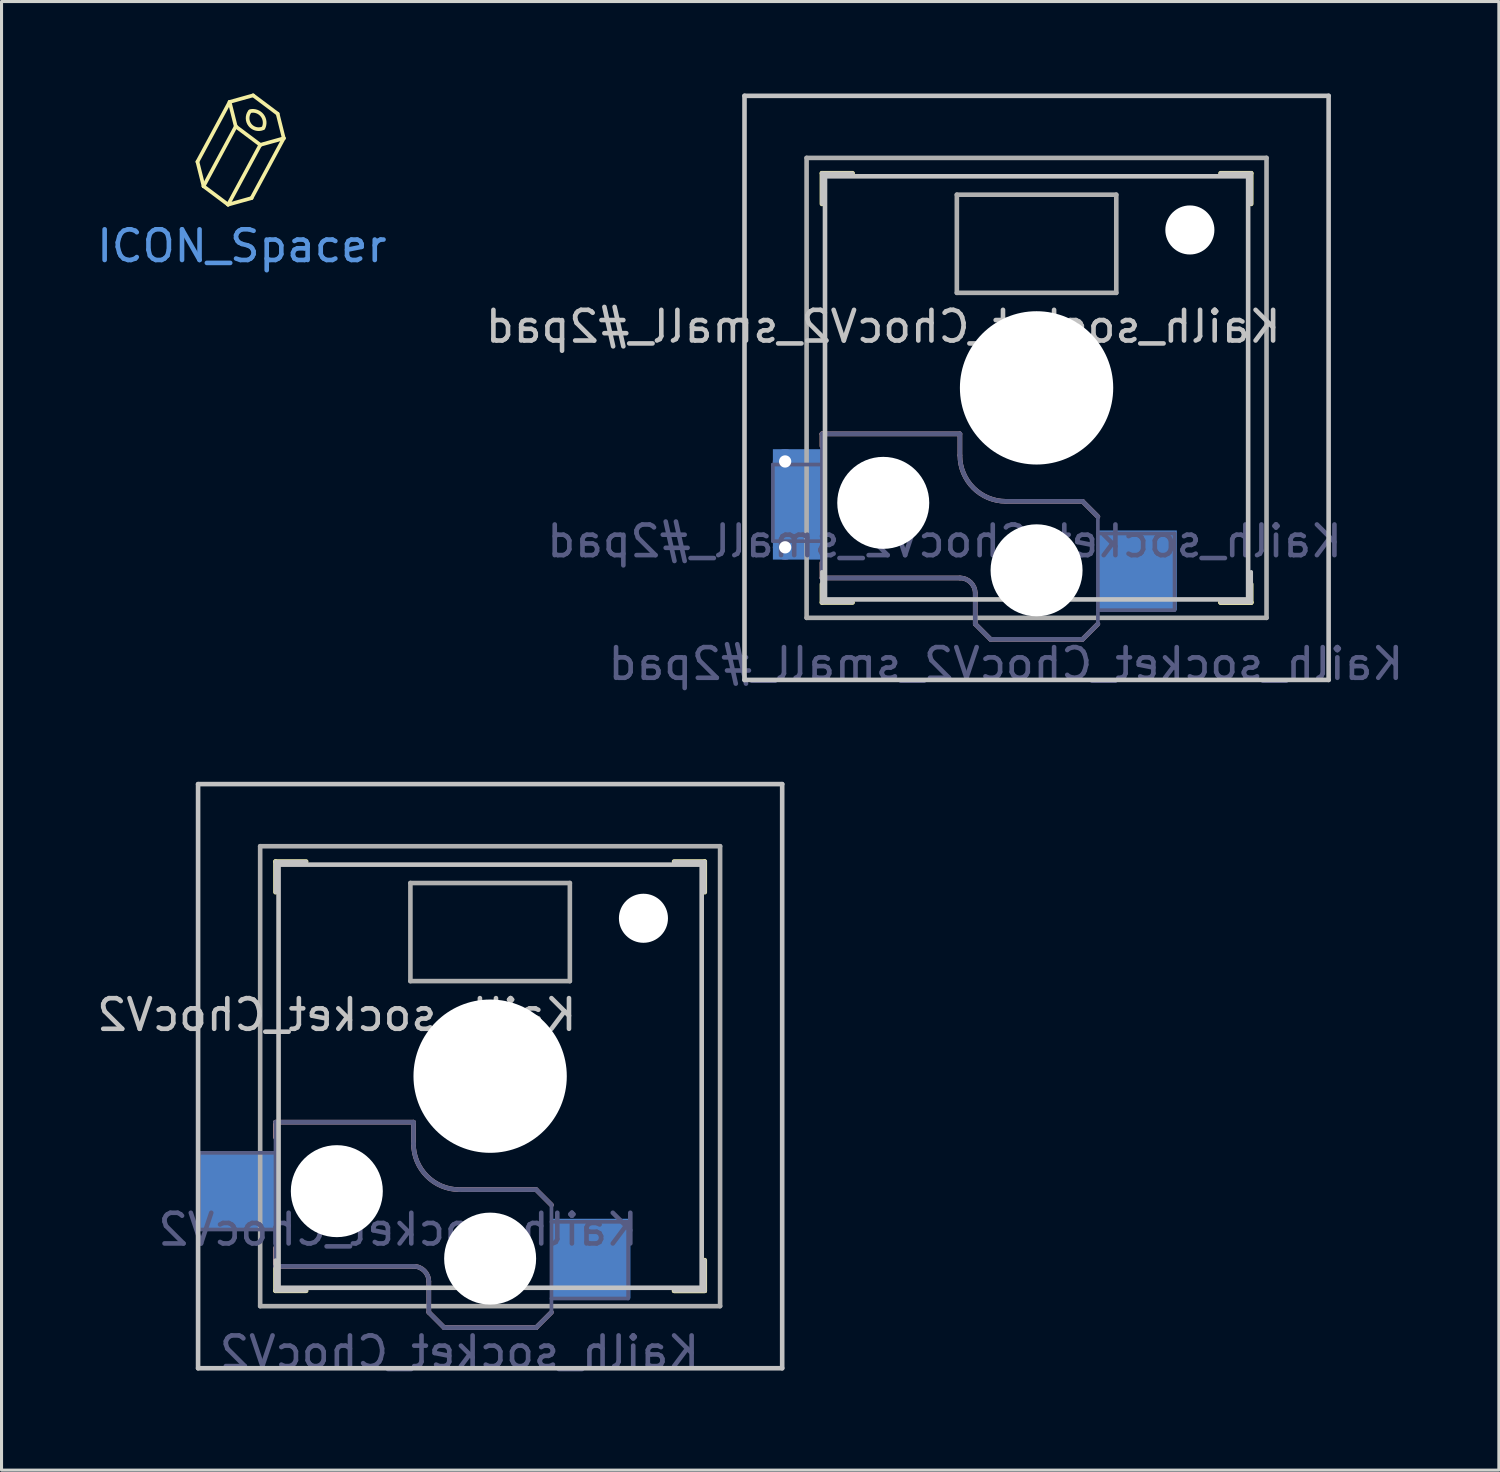
<source format=kicad_pcb>
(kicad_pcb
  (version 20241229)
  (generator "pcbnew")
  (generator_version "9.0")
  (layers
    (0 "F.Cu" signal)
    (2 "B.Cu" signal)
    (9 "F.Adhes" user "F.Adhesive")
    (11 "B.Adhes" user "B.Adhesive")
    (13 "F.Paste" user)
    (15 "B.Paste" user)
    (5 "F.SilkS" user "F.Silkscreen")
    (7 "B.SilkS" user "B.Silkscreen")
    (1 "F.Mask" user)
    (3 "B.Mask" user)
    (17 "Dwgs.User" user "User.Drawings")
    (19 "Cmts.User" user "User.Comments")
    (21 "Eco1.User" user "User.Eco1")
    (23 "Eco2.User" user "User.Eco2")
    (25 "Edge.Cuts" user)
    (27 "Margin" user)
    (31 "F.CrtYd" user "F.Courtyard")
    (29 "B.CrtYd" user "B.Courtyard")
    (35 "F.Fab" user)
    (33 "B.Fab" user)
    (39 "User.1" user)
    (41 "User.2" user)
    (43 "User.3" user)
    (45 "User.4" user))
  (footprint "Kailh_socket_ChocV2_small_#2pad"
    (layer "F.Cu")
    (at 30.756 9.6)
    (property "Reference" "Kailh_socket_ChocV2_small_#2pad" (at -5 -2 0) (layer "Dwgs.User") (effects (font (size 1 1) (thickness 0.15)) (justify mirror)))
    (property "Value" "Kailh_socket_ChocV2_small_#2pad" (at 0 8.255 0) (layer "F.Fab") (hide yes) (effects (font (size 1 1) (thickness 0.15))))
    (attr through_hole)
    (fp_line (start -7 -6) (end -7 -7) (stroke (width 0.15) (type solid)) (layer "F.SilkS"))
    (fp_line (start -7 7) (end -7 6.4) (stroke (width 0.15) (type solid)) (layer "F.SilkS"))
    (fp_line (start -7 7) (end -6 7) (stroke (width 0.15) (type solid)) (layer "F.SilkS"))
    (fp_line (start -6 -7) (end -7 -7) (stroke (width 0.15) (type solid)) (layer "F.SilkS"))
    (fp_line (start 6 7) (end 7 7) (stroke (width 0.15) (type solid)) (layer "F.SilkS"))
    (fp_line (start 7 -7) (end 6 -7) (stroke (width 0.15) (type solid)) (layer "F.SilkS"))
    (fp_line (start 7 -7) (end 7 -6) (stroke (width 0.15) (type solid)) (layer "F.SilkS"))
    (fp_line (start 7 6.4) (end 7 7) (stroke (width 0.15) (type solid)) (layer "F.SilkS"))
    (fp_line (start 7 7) (end 6 7) (stroke (width 0.15) (type solid)) (layer "F.SilkS"))
    (fp_line (start -7 1.5) (end -7 1.9) (stroke (width 0.15) (type solid)) (layer "B.SilkS"))
    (fp_line (start -7 5.7) (end -7 6.2) (stroke (width 0.15) (type solid)) (layer "B.SilkS"))
    (fp_line (start -7 6.2) (end -2.5 6.2) (stroke (width 0.15) (type solid)) (layer "B.SilkS"))
    (fp_line (start -2.5 1.5) (end -7 1.5) (stroke (width 0.15) (type solid)) (layer "B.SilkS"))
    (fp_line (start -2.5 2.2) (end -2.5 1.5) (stroke (width 0.15) (type solid)) (layer "B.SilkS"))
    (fp_line (start -2 6.7) (end -2 7.7) (stroke (width 0.15) (type solid)) (layer "B.SilkS"))
    (fp_line (start -1.5 8.2) (end -2 7.7) (stroke (width 0.15) (type solid)) (layer "B.SilkS"))
    (fp_line (start 1.5 3.7) (end -1 3.7) (stroke (width 0.15) (type solid)) (layer "B.SilkS"))
    (fp_line (start 1.5 8.2) (end -1.5 8.2) (stroke (width 0.15) (type solid)) (layer "B.SilkS"))
    (fp_line (start 2 4.2) (end 1.5 3.7) (stroke (width 0.15) (type solid)) (layer "B.SilkS"))
    (fp_line (start 2 7.7) (end 1.5 8.2) (stroke (width 0.15) (type solid)) (layer "B.SilkS"))
    (fp_arc (start -2.5 6.2) (mid -2.146447 6.346447) (end -2 6.7) (stroke (width 0.15) (type solid)) (layer "B.SilkS"))
    (fp_arc (start -1 3.7) (mid -2.06066 3.26066) (end -2.5 2.2) (stroke (width 0.15) (type solid)) (layer "B.SilkS"))
    (fp_line (start -9.525 -9.525) (end 9.525 -9.525) (stroke (width 0.15) (type solid)) (layer "Dwgs.User"))
    (fp_line (start -9.525 9.525) (end -9.525 -9.525) (stroke (width 0.15) (type solid)) (layer "Dwgs.User"))
    (fp_line (start -7 -7) (end -7 -6) (stroke (width 0.12) (type solid)) (layer "Dwgs.User"))
    (fp_line (start -7 -7) (end -6 -7) (stroke (width 0.12) (type solid)) (layer "Dwgs.User"))
    (fp_line (start -7 7) (end -7 6) (stroke (width 0.12) (type solid)) (layer "Dwgs.User"))
    (fp_line (start -7 7) (end -6 7) (stroke (width 0.12) (type solid)) (layer "Dwgs.User"))
    (fp_line (start -6.9 6.9) (end -6.9 -6.9) (stroke (width 0.15) (type solid)) (layer "Dwgs.User"))
    (fp_line (start -6.9 6.9) (end 6.9 6.9) (stroke (width 0.15) (type solid)) (layer "Dwgs.User"))
    (fp_line (start 6.9 -6.9) (end -6.9 -6.9) (stroke (width 0.15) (type solid)) (layer "Dwgs.User"))
    (fp_line (start 6.9 -6.9) (end 6.9 6.9) (stroke (width 0.15) (type solid)) (layer "Dwgs.User"))
    (fp_line (start 7 -7) (end 6 -7) (stroke (width 0.12) (type solid)) (layer "Dwgs.User"))
    (fp_line (start 7 -7) (end 7 -6) (stroke (width 0.12) (type solid)) (layer "Dwgs.User"))
    (fp_line (start 7 7) (end 6 7) (stroke (width 0.12) (type solid)) (layer "Dwgs.User"))
    (fp_line (start 7 7) (end 7 6) (stroke (width 0.12) (type solid)) (layer "Dwgs.User"))
    (fp_line (start 9.525 -9.525) (end 9.525 9.525) (stroke (width 0.15) (type solid)) (layer "Dwgs.User"))
    (fp_line (start 9.525 9.525) (end -9.525 9.525) (stroke (width 0.15) (type solid)) (layer "Dwgs.User"))
    (fp_line (start -8.6 2.5) (end -7 2.5) (stroke (width 0.12) (type solid)) (layer "B.Fab"))
    (fp_line (start -8.6 5) (end -8.6 2.5) (stroke (width 0.12) (type solid)) (layer "B.Fab"))
    (fp_line (start -7 1.5) (end -7 6.2) (stroke (width 0.12) (type solid)) (layer "B.Fab"))
    (fp_line (start -7 5) (end -8.6 5) (stroke (width 0.12) (type solid)) (layer "B.Fab"))
    (fp_line (start -7 6.2) (end -2.5 6.2) (stroke (width 0.15) (type solid)) (layer "B.Fab"))
    (fp_line (start -2.5 1.5) (end -7 1.5) (stroke (width 0.15) (type solid)) (layer "B.Fab"))
    (fp_line (start -2.5 2.2) (end -2.5 1.5) (stroke (width 0.15) (type solid)) (layer "B.Fab"))
    (fp_line (start -2 6.7) (end -2 7.7) (stroke (width 0.15) (type solid)) (layer "B.Fab"))
    (fp_line (start -1.5 8.2) (end -2 7.7) (stroke (width 0.15) (type solid)) (layer "B.Fab"))
    (fp_line (start 1.5 3.7) (end -1 3.7) (stroke (width 0.15) (type solid)) (layer "B.Fab"))
    (fp_line (start 1.5 8.2) (end -1.5 8.2) (stroke (width 0.15) (type solid)) (layer "B.Fab"))
    (fp_line (start 2 4.2) (end 1.5 3.7) (stroke (width 0.15) (type solid)) (layer "B.Fab"))
    (fp_line (start 2 4.25) (end 2 7.7) (stroke (width 0.12) (type solid)) (layer "B.Fab"))
    (fp_line (start 2 4.75) (end 4.5 4.75) (stroke (width 0.12) (type solid)) (layer "B.Fab"))
    (fp_line (start 2 7.7) (end 1.5 8.2) (stroke (width 0.15) (type solid)) (layer "B.Fab"))
    (fp_line (start 4.5 4.75) (end 4.5 7.25) (stroke (width 0.12) (type solid)) (layer "B.Fab"))
    (fp_line (start 4.5 7.25) (end 2 7.25) (stroke (width 0.12) (type solid)) (layer "B.Fab"))
    (fp_arc (start -2.5 6.2) (mid -2.146447 6.346447) (end -2 6.7) (stroke (width 0.15) (type solid)) (layer "B.Fab"))
    (fp_arc (start -1 3.7) (mid -2.06066 3.26066) (end -2.5 2.2) (stroke (width 0.15) (type solid)) (layer "B.Fab"))
    (fp_line (start -7.5 -7.5) (end 7.5 -7.5) (stroke (width 0.15) (type solid)) (layer "F.Fab"))
    (fp_line (start -7.5 7.5) (end -7.5 -7.5) (stroke (width 0.15) (type solid)) (layer "F.Fab"))
    (fp_line (start -2.6 -3.1) (end -2.6 -6.3) (stroke (width 0.15) (type solid)) (layer "F.Fab"))
    (fp_line (start -2.6 -3.1) (end 2.6 -3.1) (stroke (width 0.15) (type solid)) (layer "F.Fab"))
    (fp_line (start 2.6 -6.3) (end -2.6 -6.3) (stroke (width 0.15) (type solid)) (layer "F.Fab"))
    (fp_line (start 2.6 -3.1) (end 2.6 -6.3) (stroke (width 0.15) (type solid)) (layer "F.Fab"))
    (fp_line (start 7.5 -7.5) (end 7.5 7.5) (stroke (width 0.15) (type solid)) (layer "F.Fab"))
    (fp_line (start 7.5 7.5) (end -7.5 7.5) (stroke (width 0.15) (type solid)) (layer "F.Fab"))
    (fp_text user "${REFERENCE}" (at -3 5 0) (layer "B.Fab") (effects (font (size 1 1) (thickness 0.15)) (justify mirror)))
    (fp_text user "${VALUE}" (at -1 9 0) (layer "B.Fab") (effects (font (size 1 1) (thickness 0.15)) (justify mirror)))
    (pad "" np_thru_hole circle (at -5 3.75) (size 3 3) (drill 3) (layers "*.Cu" "*.Mask"))
    (pad "" np_thru_hole circle (at 0 0) (size 5 5) (drill 5) (layers "*.Cu" "*.Mask"))
    (pad "" np_thru_hole circle (at 0 5.95) (size 3 3) (drill 3) (layers "*.Cu" "*.Mask"))
    (pad "" np_thru_hole circle (at 5 -5.15) (size 1.6 1.6) (drill 1.6) (layers "*.Cu" "*.Mask"))
    (pad "1" smd rect (at 3.275 5.95) (size 2.6 2.6) (layers "B.Cu" "B.Mask" "B.Paste"))
    (pad "2" thru_hole circle (at -8.2 2.4) (size 0.8 0.8) (drill 0.4) (layers "*.Cu" "*.Mask"))
    (pad "2" thru_hole circle (at -8.2 5.2) (size 0.8 0.8) (drill 0.4) (layers "*.Cu" "*.Mask"))
    (pad "2" smd rect (at -7.787 3.8) (size 1.625 3.6) (layers "B.Cu" "B.Mask" "B.Paste")))
  (footprint "ICON_Spacer"
    (layer "F.Cu")
    (at 4.839 4.474)
    (property "Reference" "ICON_Spacer" (at 0 0.5 0) (layer "Cmts.User") (effects (font (size 1 1) (thickness 0.15))))
    (attr through_hole)
    (fp_line (start -1.45 -2.25) (end -1.25 -1.45) (stroke (width 0.12) (type solid)) (layer "F.SilkS"))
    (fp_line (start -1.45 -2.25) (end -0.4 -4.2) (stroke (width 0.12) (type solid)) (layer "F.SilkS"))
    (fp_line (start -1.25 -1.45) (end -0.45 -0.85) (stroke (width 0.12) (type solid)) (layer "F.SilkS"))
    (fp_line (start -1.25 -1.45) (end -0.2 -3.4) (stroke (width 0.12) (type solid)) (layer "F.SilkS"))
    (fp_line (start -0.45 -0.85) (end 0.316 -1.064) (stroke (width 0.12) (type solid)) (layer "F.SilkS"))
    (fp_line (start -0.45 -0.85) (end 0.6 -2.8) (stroke (width 0.12) (type solid)) (layer "F.SilkS"))
    (fp_line (start -0.4 -4.2) (end -0.2 -3.4) (stroke (width 0.12) (type solid)) (layer "F.SilkS"))
    (fp_line (start -0.4 -4.2) (end 0.366 -4.414) (stroke (width 0.12) (type solid)) (layer "F.SilkS"))
    (fp_line (start -0.2 -3.4) (end 0.6 -2.8) (stroke (width 0.12) (type solid)) (layer "F.SilkS"))
    (fp_line (start 0.316 -1.064) (end 1.366 -3.014) (stroke (width 0.12) (type solid)) (layer "F.SilkS"))
    (fp_line (start 0.366 -4.414) (end 1.166 -3.814) (stroke (width 0.12) (type solid)) (layer "F.SilkS"))
    (fp_line (start 0.6 -2.8) (end 1.366 -3.014) (stroke (width 0.12) (type solid)) (layer "F.SilkS"))
    (fp_line (start 1.166 -3.814) (end 1.366 -3.014) (stroke (width 0.12) (type solid)) (layer "F.SilkS"))
    (fp_arc (start 0.272339 -3.9) (mid 0.662242 -3.758483) (end 0.7 -3.345415) (stroke (width 0.12) (type default)) (layer "F.SilkS"))
    (fp_arc (start 0.671822 -3.333526) (mid 0.262291 -3.449533) (end 0.25 -3.875) (stroke (width 0.12) (type default)) (layer "F.SilkS")))
  (footprint "Kailh_socket_ChocV2"
    (layer "F.Cu")
    (at 12.935 32.048)
    (property "Reference" "Kailh_socket_ChocV2" (at -5 -2 0) (layer "Dwgs.User") (effects (font (size 1 1) (thickness 0.15)) (justify mirror)))
    (property "Value" "Kailh_socket_ChocV2" (at 0 8.255 0) (layer "F.Fab") (hide yes) (effects (font (size 1 1) (thickness 0.15))))
    (attr smd)
    (fp_line (start -7 -6) (end -7 -7) (stroke (width 0.15) (type solid)) (layer "F.SilkS"))
    (fp_line (start -7 7) (end -7 6) (stroke (width 0.15) (type solid)) (layer "F.SilkS"))
    (fp_line (start -7 7) (end -6 7) (stroke (width 0.15) (type solid)) (layer "F.SilkS"))
    (fp_line (start -6 -7) (end -7 -7) (stroke (width 0.15) (type solid)) (layer "F.SilkS"))
    (fp_line (start 6 7) (end 7 7) (stroke (width 0.15) (type solid)) (layer "F.SilkS"))
    (fp_line (start 7 -7) (end 6 -7) (stroke (width 0.15) (type solid)) (layer "F.SilkS"))
    (fp_line (start 7 -7) (end 7 -6) (stroke (width 0.15) (type solid)) (layer "F.SilkS"))
    (fp_line (start 7 6) (end 7 7) (stroke (width 0.15) (type solid)) (layer "F.SilkS"))
    (fp_line (start 7 7) (end 6 7) (stroke (width 0.15) (type solid)) (layer "F.SilkS"))
    (fp_line (start -7 1.5) (end -7 2) (stroke (width 0.15) (type solid)) (layer "B.SilkS"))
    (fp_line (start -7 5.6) (end -7 6.2) (stroke (width 0.15) (type solid)) (layer "B.SilkS"))
    (fp_line (start -7 6.2) (end -2.5 6.2) (stroke (width 0.15) (type solid)) (layer "B.SilkS"))
    (fp_line (start -2.5 1.5) (end -7 1.5) (stroke (width 0.15) (type solid)) (layer "B.SilkS"))
    (fp_line (start -2.5 2.2) (end -2.5 1.5) (stroke (width 0.15) (type solid)) (layer "B.SilkS"))
    (fp_line (start -2 6.7) (end -2 7.7) (stroke (width 0.15) (type solid)) (layer "B.SilkS"))
    (fp_line (start -1.5 8.2) (end -2 7.7) (stroke (width 0.15) (type solid)) (layer "B.SilkS"))
    (fp_line (start 1.5 3.7) (end -1 3.7) (stroke (width 0.15) (type solid)) (layer "B.SilkS"))
    (fp_line (start 1.5 8.2) (end -1.5 8.2) (stroke (width 0.15) (type solid)) (layer "B.SilkS"))
    (fp_line (start 2 4.2) (end 1.5 3.7) (stroke (width 0.15) (type solid)) (layer "B.SilkS"))
    (fp_line (start 2 7.7) (end 1.5 8.2) (stroke (width 0.15) (type solid)) (layer "B.SilkS"))
    (fp_arc (start -2.5 6.2) (mid -2.146447 6.346447) (end -2 6.7) (stroke (width 0.15) (type solid)) (layer "B.SilkS"))
    (fp_arc (start -1 3.7) (mid -2.06066 3.26066) (end -2.5 2.2) (stroke (width 0.15) (type solid)) (layer "B.SilkS"))
    (fp_line (start -9.525 -9.525) (end 9.525 -9.525) (stroke (width 0.15) (type solid)) (layer "Dwgs.User"))
    (fp_line (start -9.525 9.525) (end -9.525 -9.525) (stroke (width 0.15) (type solid)) (layer "Dwgs.User"))
    (fp_line (start -7 -7) (end -7 -6) (stroke (width 0.12) (type solid)) (layer "Dwgs.User"))
    (fp_line (start -7 -7) (end -6 -7) (stroke (width 0.12) (type solid)) (layer "Dwgs.User"))
    (fp_line (start -7 7) (end -7 6) (stroke (width 0.12) (type solid)) (layer "Dwgs.User"))
    (fp_line (start -7 7) (end -6 7) (stroke (width 0.12) (type solid)) (layer "Dwgs.User"))
    (fp_line (start -6.9 6.9) (end -6.9 -6.9) (stroke (width 0.15) (type solid)) (layer "Dwgs.User"))
    (fp_line (start -6.9 6.9) (end 6.9 6.9) (stroke (width 0.15) (type solid)) (layer "Dwgs.User"))
    (fp_line (start 6.9 -6.9) (end -6.9 -6.9) (stroke (width 0.15) (type solid)) (layer "Dwgs.User"))
    (fp_line (start 6.9 -6.9) (end 6.9 6.9) (stroke (width 0.15) (type solid)) (layer "Dwgs.User"))
    (fp_line (start 7 -7) (end 6 -7) (stroke (width 0.12) (type solid)) (layer "Dwgs.User"))
    (fp_line (start 7 -7) (end 7 -6) (stroke (width 0.12) (type solid)) (layer "Dwgs.User"))
    (fp_line (start 7 7) (end 6 7) (stroke (width 0.12) (type solid)) (layer "Dwgs.User"))
    (fp_line (start 7 7) (end 7 6) (stroke (width 0.12) (type solid)) (layer "Dwgs.User"))
    (fp_line (start 9.525 -9.525) (end 9.525 9.525) (stroke (width 0.15) (type solid)) (layer "Dwgs.User"))
    (fp_line (start 9.525 9.525) (end -9.525 9.525) (stroke (width 0.15) (type solid)) (layer "Dwgs.User"))
    (fp_line (start -9.5 2.5) (end -7 2.5) (stroke (width 0.12) (type solid)) (layer "B.Fab"))
    (fp_line (start -9.5 5) (end -9.5 2.5) (stroke (width 0.12) (type solid)) (layer "B.Fab"))
    (fp_line (start -7 1.5) (end -7 6.2) (stroke (width 0.12) (type solid)) (layer "B.Fab"))
    (fp_line (start -7 5) (end -9.5 5) (stroke (width 0.12) (type solid)) (layer "B.Fab"))
    (fp_line (start -7 6.2) (end -2.5 6.2) (stroke (width 0.15) (type solid)) (layer "B.Fab"))
    (fp_line (start -2.5 1.5) (end -7 1.5) (stroke (width 0.15) (type solid)) (layer "B.Fab"))
    (fp_line (start -2.5 2.2) (end -2.5 1.5) (stroke (width 0.15) (type solid)) (layer "B.Fab"))
    (fp_line (start -2 6.7) (end -2 7.7) (stroke (width 0.15) (type solid)) (layer "B.Fab"))
    (fp_line (start -1.5 8.2) (end -2 7.7) (stroke (width 0.15) (type solid)) (layer "B.Fab"))
    (fp_line (start 1.5 3.7) (end -1 3.7) (stroke (width 0.15) (type solid)) (layer "B.Fab"))
    (fp_line (start 1.5 8.2) (end -1.5 8.2) (stroke (width 0.15) (type solid)) (layer "B.Fab"))
    (fp_line (start 2 4.2) (end 1.5 3.7) (stroke (width 0.15) (type solid)) (layer "B.Fab"))
    (fp_line (start 2 4.25) (end 2 7.7) (stroke (width 0.12) (type solid)) (layer "B.Fab"))
    (fp_line (start 2 4.75) (end 4.5 4.75) (stroke (width 0.12) (type solid)) (layer "B.Fab"))
    (fp_line (start 2 7.7) (end 1.5 8.2) (stroke (width 0.15) (type solid)) (layer "B.Fab"))
    (fp_line (start 4.5 4.75) (end 4.5 7.25) (stroke (width 0.12) (type solid)) (layer "B.Fab"))
    (fp_line (start 4.5 7.25) (end 2 7.25) (stroke (width 0.12) (type solid)) (layer "B.Fab"))
    (fp_arc (start -2.5 6.2) (mid -2.146447 6.346447) (end -2 6.7) (stroke (width 0.15) (type solid)) (layer "B.Fab"))
    (fp_arc (start -1 3.7) (mid -2.06066 3.26066) (end -2.5 2.2) (stroke (width 0.15) (type solid)) (layer "B.Fab"))
    (fp_line (start -7.5 -7.5) (end 7.5 -7.5) (stroke (width 0.15) (type solid)) (layer "F.Fab"))
    (fp_line (start -7.5 7.5) (end -7.5 -7.5) (stroke (width 0.15) (type solid)) (layer "F.Fab"))
    (fp_line (start -2.6 -3.1) (end -2.6 -6.3) (stroke (width 0.15) (type solid)) (layer "F.Fab"))
    (fp_line (start -2.6 -3.1) (end 2.6 -3.1) (stroke (width 0.15) (type solid)) (layer "F.Fab"))
    (fp_line (start 2.6 -6.3) (end -2.6 -6.3) (stroke (width 0.15) (type solid)) (layer "F.Fab"))
    (fp_line (start 2.6 -3.1) (end 2.6 -6.3) (stroke (width 0.15) (type solid)) (layer "F.Fab"))
    (fp_line (start 7.5 -7.5) (end 7.5 7.5) (stroke (width 0.15) (type solid)) (layer "F.Fab"))
    (fp_line (start 7.5 7.5) (end -7.5 7.5) (stroke (width 0.15) (type solid)) (layer "F.Fab"))
    (fp_text user "${VALUE}" (at -1 9 0) (layer "B.Fab") (effects (font (size 1 1) (thickness 0.15)) (justify mirror)))
    (fp_text user "${REFERENCE}" (at -3 5 0) (layer "B.Fab") (effects (font (size 1 1) (thickness 0.15)) (justify mirror)))
    (pad "" np_thru_hole circle (at -5 3.75) (size 3 3) (drill 3) (layers "*.Cu" "*.Mask"))
    (pad "" np_thru_hole circle (at 0 0) (size 5 5) (drill 5) (layers "*.Cu" "*.Mask"))
    (pad "" np_thru_hole circle (at 0 5.95) (size 3 3) (drill 3) (layers "*.Cu" "*.Mask"))
    (pad "" np_thru_hole circle (at 5 -5.15) (size 1.6 1.6) (drill 1.6) (layers "*.Cu" "*.Mask"))
    (pad "1" smd rect (at 3.275 5.95) (size 2.6 2.6) (layers "B.Cu" "B.Mask" "B.Paste"))
    (pad "2" smd rect (at -8.275 3.75) (size 2.6 2.6) (layers "B.Cu" "B.Mask" "B.Paste")))
  (gr_rect
    (start -3 -3)
    (end 45.833 44.897)
    (stroke (width 0.1) (type default))
    (fill no)
    (layer "Edge.Cuts")))
</source>
